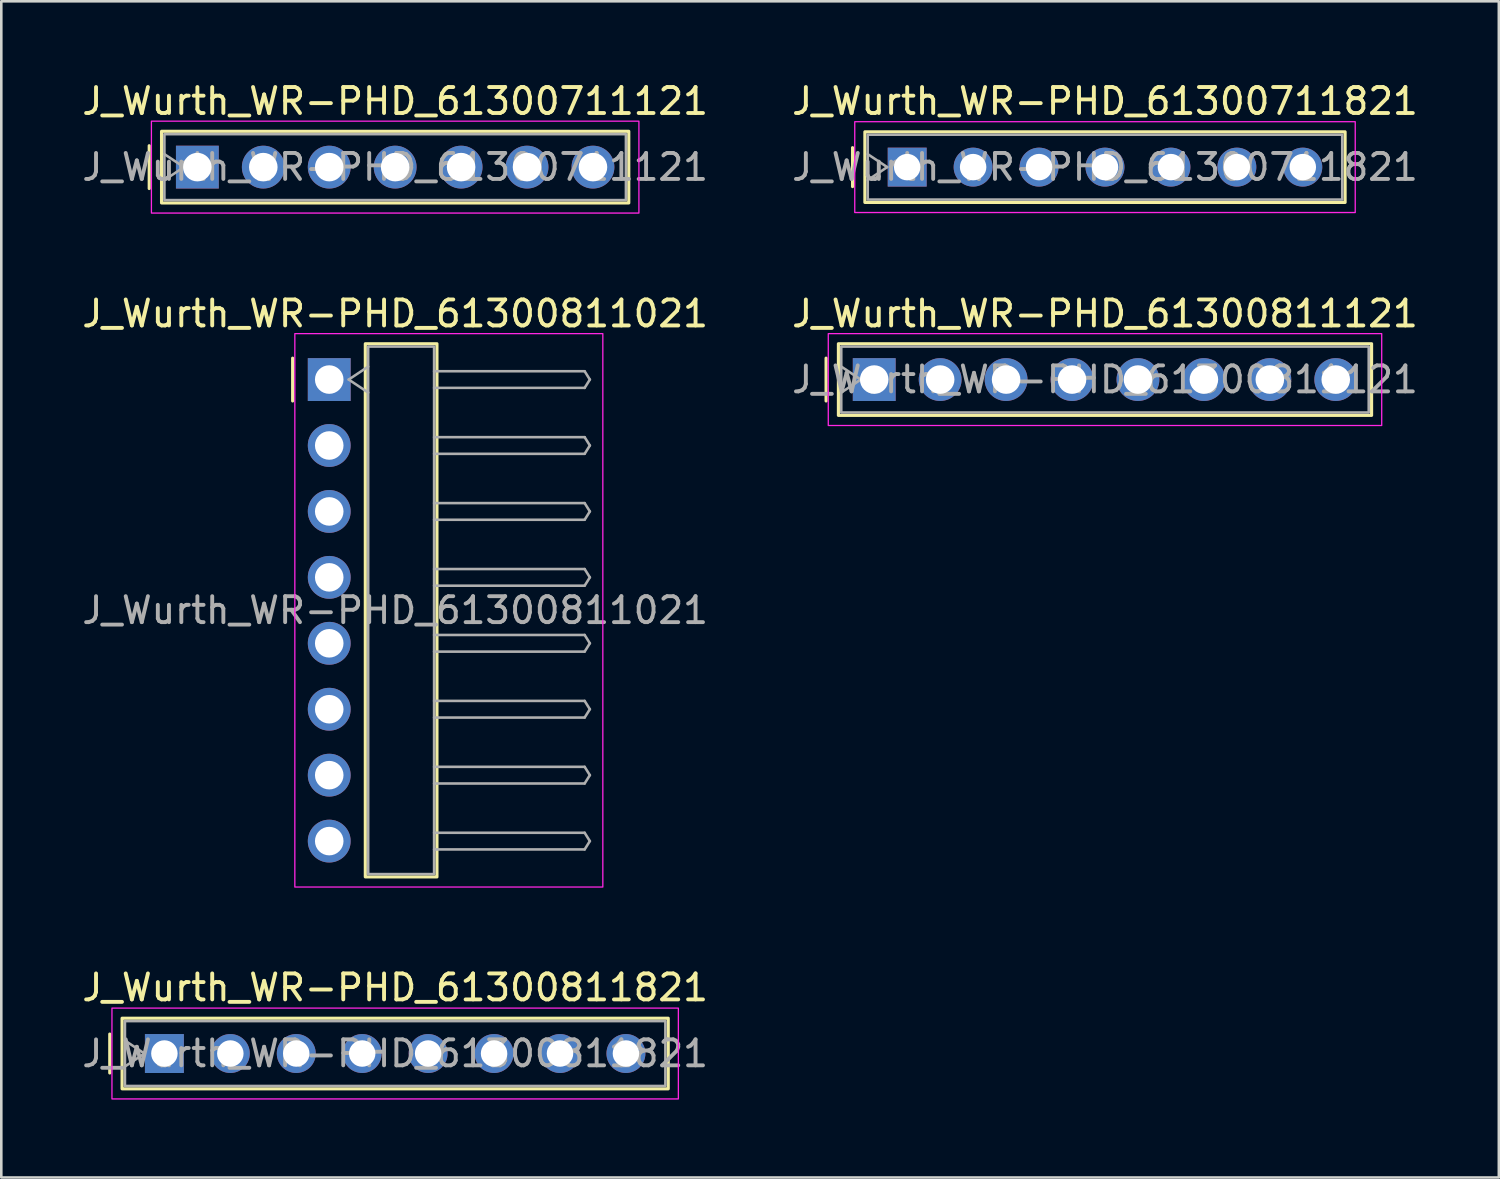
<source format=kicad_pcb>
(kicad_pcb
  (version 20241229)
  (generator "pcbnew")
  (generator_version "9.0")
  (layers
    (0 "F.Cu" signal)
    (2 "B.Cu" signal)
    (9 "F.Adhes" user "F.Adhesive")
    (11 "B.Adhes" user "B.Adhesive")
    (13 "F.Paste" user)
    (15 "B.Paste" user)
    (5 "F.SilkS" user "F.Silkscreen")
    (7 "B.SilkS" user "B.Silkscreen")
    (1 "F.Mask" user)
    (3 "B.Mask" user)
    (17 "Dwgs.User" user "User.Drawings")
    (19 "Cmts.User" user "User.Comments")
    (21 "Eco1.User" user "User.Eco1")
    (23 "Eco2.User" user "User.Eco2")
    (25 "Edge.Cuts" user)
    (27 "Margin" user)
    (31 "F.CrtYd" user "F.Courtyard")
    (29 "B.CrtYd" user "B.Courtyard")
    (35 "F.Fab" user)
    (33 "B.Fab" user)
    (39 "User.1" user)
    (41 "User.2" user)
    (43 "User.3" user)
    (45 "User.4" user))
  (footprint "J_Wurth_WR-PHD_61300711121"
    (layer "F.Cu")
    (at 4.553 3.388)
    (property "Reference" "J_Wurth_WR-PHD_61300711121" (at 7.62 -2.54 0) (unlocked yes) (layer "F.SilkS") (effects (font (size 1 1) (thickness 0.15))))
    (attr through_hole)
    (fp_line (start -1.855 -0.825) (end -1.855 0.825) (stroke (width 0.12) (type solid)) (layer "F.SilkS"))
    (fp_rect (start -1.38 -1.38) (end 16.62 1.38) (stroke (width 0.12) (type solid)) (fill no) (layer "F.SilkS"))
    (fp_rect (start -1.77 -1.77) (end 17.01 1.77) (stroke (width 0.05) (type solid)) (fill no) (layer "F.CrtYd"))
    (fp_line (start -1.27 -0.5) (end -0.52 0) (stroke (width 0.1) (type solid)) (layer "F.Fab"))
    (fp_line (start -0.52 0) (end -1.27 0.5) (stroke (width 0.1) (type solid)) (layer "F.Fab"))
    (fp_rect (start -1.27 -1.27) (end 16.51 1.27) (stroke (width 0.1) (type solid)) (fill no) (layer "F.Fab"))
    (fp_text user "${REFERENCE}" (at 7.62 0 0) (unlocked yes) (layer "F.Fab") (effects (font (size 1 1) (thickness 0.15))))
    (pad "1" thru_hole rect (at 0 0) (size 1.65 1.65) (drill 1.1) (layers "*.Cu" "*.Mask"))
    (pad "2" thru_hole circle (at 2.54 0) (size 1.65 1.65) (drill 1.1) (layers "*.Cu" "*.Mask"))
    (pad "3" thru_hole circle (at 5.08 0) (size 1.65 1.65) (drill 1.1) (layers "*.Cu" "*.Mask"))
    (pad "4" thru_hole circle (at 7.62 0) (size 1.65 1.65) (drill 1.1) (layers "*.Cu" "*.Mask"))
    (pad "5" thru_hole circle (at 10.16 0) (size 1.65 1.65) (drill 1.1) (layers "*.Cu" "*.Mask"))
    (pad "6" thru_hole circle (at 12.7 0) (size 1.65 1.65) (drill 1.1) (layers "*.Cu" "*.Mask"))
    (pad "7" thru_hole circle (at 15.24 0) (size 1.65 1.65) (drill 1.1) (layers "*.Cu" "*.Mask")))
  (footprint "J_Wurth_WR-PHD_61300711821"
    (layer "F.Cu")
    (at 31.898 3.388)
    (property "Reference" "J_Wurth_WR-PHD_61300711821" (at 7.62 -2.54 0) (unlocked yes) (layer "F.SilkS") (effects (font (size 1 1) (thickness 0.15))))
    (attr through_hole)
    (fp_line (start -2.105 -0.75) (end -2.105 0.75) (stroke (width 0.12) (type solid)) (layer "F.SilkS"))
    (fp_rect (start -1.63 -1.36) (end 16.87 1.36) (stroke (width 0.12) (type solid)) (fill no) (layer "F.SilkS"))
    (fp_rect (start -2.02 -1.75) (end 17.26 1.75) (stroke (width 0.05) (type solid)) (fill no) (layer "F.CrtYd"))
    (fp_line (start -1.52 -0.5) (end -0.77 0) (stroke (width 0.1) (type solid)) (layer "F.Fab"))
    (fp_line (start -0.77 0) (end -1.52 0.5) (stroke (width 0.1) (type solid)) (layer "F.Fab"))
    (fp_rect (start -1.52 -1.25) (end 16.76 1.25) (stroke (width 0.1) (type solid)) (fill no) (layer "F.Fab"))
    (fp_text user "${REFERENCE}" (at 7.62 0 0) (unlocked yes) (layer "F.Fab") (effects (font (size 1 1) (thickness 0.15))))
    (pad "1" thru_hole rect (at 0 0) (size 1.5 1.5) (drill 1.02) (layers "*.Cu" "*.Mask"))
    (pad "2" thru_hole circle (at 2.54 0) (size 1.5 1.5) (drill 1.02) (layers "*.Cu" "*.Mask"))
    (pad "3" thru_hole circle (at 5.08 0) (size 1.5 1.5) (drill 1.02) (layers "*.Cu" "*.Mask"))
    (pad "4" thru_hole circle (at 7.62 0) (size 1.5 1.5) (drill 1.02) (layers "*.Cu" "*.Mask"))
    (pad "5" thru_hole circle (at 10.16 0) (size 1.5 1.5) (drill 1.02) (layers "*.Cu" "*.Mask"))
    (pad "6" thru_hole circle (at 12.7 0) (size 1.5 1.5) (drill 1.02) (layers "*.Cu" "*.Mask"))
    (pad "7" thru_hole circle (at 15.24 0) (size 1.5 1.5) (drill 1.02) (layers "*.Cu" "*.Mask")))
  (footprint "J_Wurth_WR-PHD_61300811821"
    (layer "F.Cu")
    (at 3.283 37.535)
    (property "Reference" "J_Wurth_WR-PHD_61300811821" (at 8.89 -2.54 0) (unlocked yes) (layer "F.SilkS") (effects (font (size 1 1) (thickness 0.15))))
    (attr through_hole)
    (fp_line (start -2.105 -0.75) (end -2.105 0.75) (stroke (width 0.12) (type solid)) (layer "F.SilkS"))
    (fp_rect (start -1.63 -1.36) (end 19.41 1.36) (stroke (width 0.12) (type solid)) (fill no) (layer "F.SilkS"))
    (fp_rect (start -2.02 -1.75) (end 19.8 1.75) (stroke (width 0.05) (type solid)) (fill no) (layer "F.CrtYd"))
    (fp_line (start -1.52 -0.5) (end -0.77 0) (stroke (width 0.1) (type solid)) (layer "F.Fab"))
    (fp_line (start -0.77 0) (end -1.52 0.5) (stroke (width 0.1) (type solid)) (layer "F.Fab"))
    (fp_rect (start -1.52 -1.25) (end 19.3 1.25) (stroke (width 0.1) (type solid)) (fill no) (layer "F.Fab"))
    (fp_text user "${REFERENCE}" (at 8.89 0 0) (unlocked yes) (layer "F.Fab") (effects (font (size 1 1) (thickness 0.15))))
    (pad "1" thru_hole rect (at 0 0) (size 1.5 1.5) (drill 1.02) (layers "*.Cu" "*.Mask"))
    (pad "2" thru_hole circle (at 2.54 0) (size 1.5 1.5) (drill 1.02) (layers "*.Cu" "*.Mask"))
    (pad "3" thru_hole circle (at 5.08 0) (size 1.5 1.5) (drill 1.02) (layers "*.Cu" "*.Mask"))
    (pad "4" thru_hole circle (at 7.62 0) (size 1.5 1.5) (drill 1.02) (layers "*.Cu" "*.Mask"))
    (pad "5" thru_hole circle (at 10.16 0) (size 1.5 1.5) (drill 1.02) (layers "*.Cu" "*.Mask"))
    (pad "6" thru_hole circle (at 12.7 0) (size 1.5 1.5) (drill 1.02) (layers "*.Cu" "*.Mask"))
    (pad "7" thru_hole circle (at 15.24 0) (size 1.5 1.5) (drill 1.02) (layers "*.Cu" "*.Mask"))
    (pad "8" thru_hole circle (at 17.78 0) (size 1.5 1.5) (drill 1.02) (layers "*.Cu" "*.Mask")))
  (footprint "J_Wurth_WR-PHD_61300811121"
    (layer "F.Cu")
    (at 30.628 11.572)
    (property "Reference" "J_Wurth_WR-PHD_61300811121" (at 8.89 -2.54 0) (unlocked yes) (layer "F.SilkS") (effects (font (size 1 1) (thickness 0.15))))
    (attr through_hole)
    (fp_line (start -1.855 -0.825) (end -1.855 0.825) (stroke (width 0.12) (type solid)) (layer "F.SilkS"))
    (fp_rect (start -1.38 -1.38) (end 19.16 1.38) (stroke (width 0.12) (type solid)) (fill no) (layer "F.SilkS"))
    (fp_rect (start -1.77 -1.77) (end 19.55 1.77) (stroke (width 0.05) (type solid)) (fill no) (layer "F.CrtYd"))
    (fp_line (start -1.27 -0.5) (end -0.52 0) (stroke (width 0.1) (type solid)) (layer "F.Fab"))
    (fp_line (start -0.52 0) (end -1.27 0.5) (stroke (width 0.1) (type solid)) (layer "F.Fab"))
    (fp_rect (start -1.27 -1.27) (end 19.05 1.27) (stroke (width 0.1) (type solid)) (fill no) (layer "F.Fab"))
    (fp_text user "${REFERENCE}" (at 8.89 0 0) (unlocked yes) (layer "F.Fab") (effects (font (size 1 1) (thickness 0.15))))
    (pad "1" thru_hole rect (at 0 0) (size 1.65 1.65) (drill 1.1) (layers "*.Cu" "*.Mask"))
    (pad "2" thru_hole circle (at 2.54 0) (size 1.65 1.65) (drill 1.1) (layers "*.Cu" "*.Mask"))
    (pad "3" thru_hole circle (at 5.08 0) (size 1.65 1.65) (drill 1.1) (layers "*.Cu" "*.Mask"))
    (pad "4" thru_hole circle (at 7.62 0) (size 1.65 1.65) (drill 1.1) (layers "*.Cu" "*.Mask"))
    (pad "5" thru_hole circle (at 10.16 0) (size 1.65 1.65) (drill 1.1) (layers "*.Cu" "*.Mask"))
    (pad "6" thru_hole circle (at 12.7 0) (size 1.65 1.65) (drill 1.1) (layers "*.Cu" "*.Mask"))
    (pad "7" thru_hole circle (at 15.24 0) (size 1.65 1.65) (drill 1.1) (layers "*.Cu" "*.Mask"))
    (pad "8" thru_hole circle (at 17.78 0) (size 1.65 1.65) (drill 1.1) (layers "*.Cu" "*.Mask")))
  (footprint "J_Wurth_WR-PHD_61300811021"
    (layer "F.Cu")
    (at 9.633 11.572)
    (property "Reference" "J_Wurth_WR-PHD_61300811021" (at 2.54 -2.54 0) (unlocked yes) (layer "F.SilkS") (effects (font (size 1 1) (thickness 0.15))))
    (attr through_hole)
    (fp_line (start -1.41 -0.825) (end -1.41 0.825) (stroke (width 0.12) (type solid)) (layer "F.SilkS"))
    (fp_rect (start 1.39 -1.38) (end 4.15 19.16) (stroke (width 0.12) (type solid)) (fill no) (layer "F.SilkS"))
    (fp_rect (start -1.325 -1.77) (end 10.54 19.55) (stroke (width 0.05) (type solid)) (fill no) (layer "F.CrtYd"))
    (fp_line (start 0.75 0) (end 1.5 -0.5) (stroke (width 0.1) (type solid)) (layer "F.Fab"))
    (fp_line (start 0.75 0) (end 1.5 0.5) (stroke (width 0.1) (type solid)) (layer "F.Fab"))
    (fp_line (start 4.04 0.32) (end 9.84 0.32) (stroke (width 0.1) (type solid)) (layer "F.Fab"))
    (fp_line (start 4.04 2.86) (end 9.84 2.86) (stroke (width 0.1) (type solid)) (layer "F.Fab"))
    (fp_line (start 4.04 5.4) (end 9.84 5.4) (stroke (width 0.1) (type solid)) (layer "F.Fab"))
    (fp_line (start 4.04 7.94) (end 9.84 7.94) (stroke (width 0.1) (type solid)) (layer "F.Fab"))
    (fp_line (start 4.04 10.48) (end 9.84 10.48) (stroke (width 0.1) (type solid)) (layer "F.Fab"))
    (fp_line (start 4.04 13.02) (end 9.84 13.02) (stroke (width 0.1) (type solid)) (layer "F.Fab"))
    (fp_line (start 4.04 15.56) (end 9.84 15.56) (stroke (width 0.1) (type solid)) (layer "F.Fab"))
    (fp_line (start 4.04 18.1) (end 9.84 18.1) (stroke (width 0.1) (type solid)) (layer "F.Fab"))
    (fp_line (start 9.84 -0.32) (end 4.04 -0.32) (stroke (width 0.1) (type solid)) (layer "F.Fab"))
    (fp_line (start 9.84 0.32) (end 10.04 0) (stroke (width 0.1) (type default)) (layer "F.Fab"))
    (fp_line (start 9.84 2.22) (end 4.04 2.22) (stroke (width 0.1) (type solid)) (layer "F.Fab"))
    (fp_line (start 9.84 2.86) (end 10.04 2.54) (stroke (width 0.1) (type default)) (layer "F.Fab"))
    (fp_line (start 9.84 4.76) (end 4.04 4.76) (stroke (width 0.1) (type solid)) (layer "F.Fab"))
    (fp_line (start 9.84 5.4) (end 10.04 5.08) (stroke (width 0.1) (type default)) (layer "F.Fab"))
    (fp_line (start 9.84 7.3) (end 4.04 7.3) (stroke (width 0.1) (type solid)) (layer "F.Fab"))
    (fp_line (start 9.84 7.94) (end 10.04 7.62) (stroke (width 0.1) (type default)) (layer "F.Fab"))
    (fp_line (start 9.84 9.84) (end 4.04 9.84) (stroke (width 0.1) (type solid)) (layer "F.Fab"))
    (fp_line (start 9.84 10.48) (end 10.04 10.16) (stroke (width 0.1) (type solid)) (layer "F.Fab"))
    (fp_line (start 9.84 12.38) (end 4.04 12.38) (stroke (width 0.1) (type solid)) (layer "F.Fab"))
    (fp_line (start 9.84 13.02) (end 10.04 12.7) (stroke (width 0.1) (type solid)) (layer "F.Fab"))
    (fp_line (start 9.84 14.92) (end 4.04 14.92) (stroke (width 0.1) (type solid)) (layer "F.Fab"))
    (fp_line (start 9.84 15.56) (end 10.04 15.24) (stroke (width 0.1) (type solid)) (layer "F.Fab"))
    (fp_line (start 9.84 17.46) (end 4.04 17.46) (stroke (width 0.1) (type solid)) (layer "F.Fab"))
    (fp_line (start 10.04 0) (end 9.84 -0.32) (stroke (width 0.1) (type solid)) (layer "F.Fab"))
    (fp_line (start 10.04 2.54) (end 9.84 2.22) (stroke (width 0.1) (type solid)) (layer "F.Fab"))
    (fp_line (start 10.04 5.08) (end 9.84 4.76) (stroke (width 0.1) (type solid)) (layer "F.Fab"))
    (fp_line (start 10.04 7.62) (end 9.84 7.3) (stroke (width 0.1) (type solid)) (layer "F.Fab"))
    (fp_line (start 10.04 10.16) (end 9.84 9.84) (stroke (width 0.1) (type solid)) (layer "F.Fab"))
    (fp_line (start 10.04 12.7) (end 9.84 12.38) (stroke (width 0.1) (type solid)) (layer "F.Fab"))
    (fp_line (start 10.04 15.24) (end 9.84 14.92) (stroke (width 0.1) (type solid)) (layer "F.Fab"))
    (fp_line (start 10.04 17.78) (end 9.84 17.46) (stroke (width 0.1) (type solid)) (layer "F.Fab"))
    (fp_line (start 10.04 17.78) (end 9.84 18.1) (stroke (width 0.1) (type solid)) (layer "F.Fab"))
    (fp_rect (start 1.5 -1.27) (end 4.04 19.05) (stroke (width 0.1) (type solid)) (fill no) (layer "F.Fab"))
    (fp_text user "${REFERENCE}" (at 2.54 8.89 0) (unlocked yes) (layer "F.Fab") (effects (font (size 1 1) (thickness 0.15))))
    (pad "1" thru_hole rect (at 0 0 90) (size 1.65 1.65) (drill 1.1) (layers "*.Cu" "*.Mask"))
    (pad "2" thru_hole circle (at 0 2.54 90) (size 1.65 1.65) (drill 1.1) (layers "*.Cu" "*.Mask"))
    (pad "3" thru_hole circle (at 0 5.08 90) (size 1.65 1.65) (drill 1.1) (layers "*.Cu" "*.Mask"))
    (pad "4" thru_hole circle (at 0 7.62 90) (size 1.65 1.65) (drill 1.1) (layers "*.Cu" "*.Mask"))
    (pad "5" thru_hole circle (at 0 10.16 90) (size 1.65 1.65) (drill 1.1) (layers "*.Cu" "*.Mask"))
    (pad "6" thru_hole circle (at 0 12.7 90) (size 1.65 1.65) (drill 1.1) (layers "*.Cu" "*.Mask"))
    (pad "7" thru_hole circle (at 0 15.24 90) (size 1.65 1.65) (drill 1.1) (layers "*.Cu" "*.Mask"))
    (pad "8" thru_hole circle (at 0 17.78 90) (size 1.65 1.65) (drill 1.1) (layers "*.Cu" "*.Mask")))
  (gr_rect
    (start -3 -3)
    (end 54.69 42.31)
    (stroke (width 0.1) (type default))
    (fill no)
    (layer "Edge.Cuts")))
</source>
